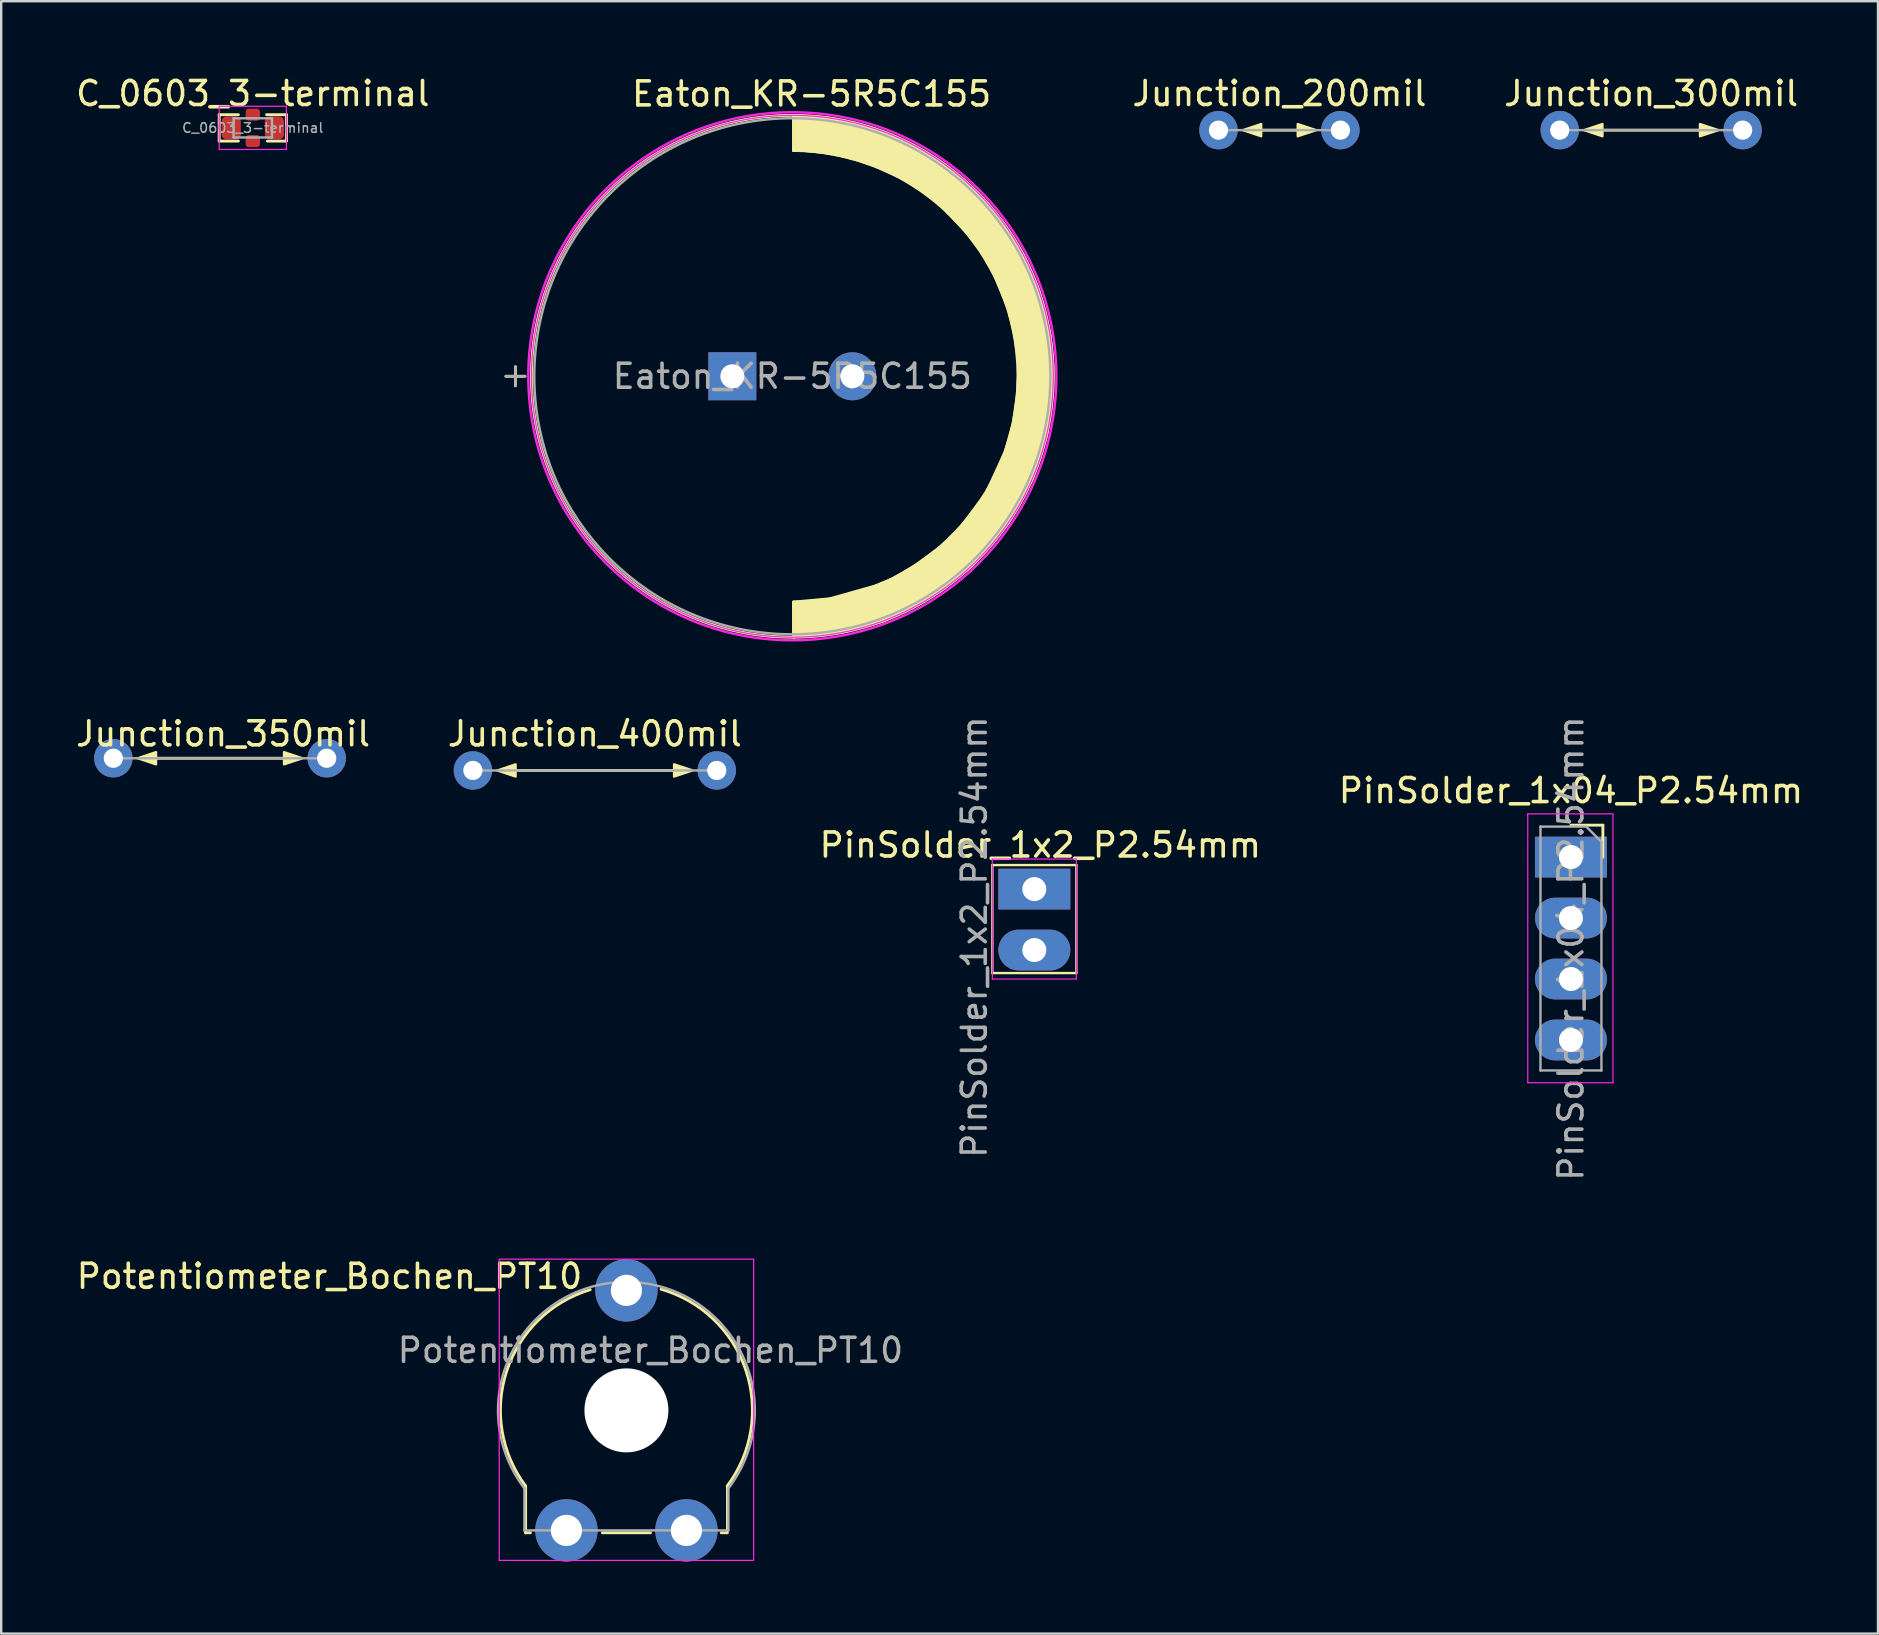
<source format=kicad_pcb>
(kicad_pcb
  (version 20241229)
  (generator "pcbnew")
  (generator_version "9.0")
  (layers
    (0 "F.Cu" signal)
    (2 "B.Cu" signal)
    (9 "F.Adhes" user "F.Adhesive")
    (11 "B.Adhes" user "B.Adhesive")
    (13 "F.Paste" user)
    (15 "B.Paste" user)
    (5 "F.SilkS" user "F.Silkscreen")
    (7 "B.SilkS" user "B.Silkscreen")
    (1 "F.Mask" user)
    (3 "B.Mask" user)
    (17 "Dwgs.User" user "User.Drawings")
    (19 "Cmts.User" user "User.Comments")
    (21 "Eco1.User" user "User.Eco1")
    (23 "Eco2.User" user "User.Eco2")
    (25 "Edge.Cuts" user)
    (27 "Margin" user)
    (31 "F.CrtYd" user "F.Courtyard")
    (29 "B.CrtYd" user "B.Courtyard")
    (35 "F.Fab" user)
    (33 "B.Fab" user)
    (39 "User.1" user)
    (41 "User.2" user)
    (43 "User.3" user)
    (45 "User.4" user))
  (footprint "Eaton_KR-5R5C155"
    (layer "F.Cu")
    (at 27.46 12.626)
    (property "Reference" "Eaton_KR-5R5C155" (at 3.302 -11.176 0) (layer "F.SilkS") (effects (font (size 1 1) (thickness 0.15)) (justify bottom)))
    (attr through_hole)
    (fp_line (start -9.436 0) (end -8.636 0) (stroke (width 0.12) (type solid)) (layer "F.SilkS"))
    (fp_line (start -9.036 -0.4) (end -9.036 0.4) (stroke (width 0.12) (type solid)) (layer "F.SilkS"))
    (fp_line (start 2.54 -9.398) (end 2.54 -10.87) (stroke (width 0.1) (type default)) (layer "F.SilkS"))
    (fp_line (start 2.54 9.398) (end 2.54 10.87) (stroke (width 0.1) (type default)) (layer "F.SilkS"))
    (fp_arc (start 2.54 -9.397999) (mid 11.898083 -0.005517) (end 2.551034 9.397945) (stroke (width 0.1) (type default)) (layer "F.SilkS"))
    (fp_circle (center 2.5 0) (end 13.37 0) (stroke (width 0.12) (type solid)) (fill no) (layer "F.SilkS"))
    (fp_poly (pts (xy 2.54 -10.87) (xy 4.07 -10.756) (xy 5.894 -10.321) (xy 7.268 -9.763) (xy 8.621 -8.969) (xy 9.651 -8.182) (xy 10.658 -7.178) (xy 11.57 -5.976) (xy 12.171 -4.989) (xy 12.772 -3.593) (xy 13.239 -1.733) (xy 13.367 -0.478) (xy 13.358 0.647) (xy 13.108 2.446) (xy 12.507 4.287) (xy 11.498 6.131) (xy 9.996 7.899) (xy 8.677 8.94) (xy 7.55 9.616) (xy 6.305 10.207) (xy 4.63 10.647) (xy 2.54 10.87) (xy 2.54 9.398) (xy 4.051 9.262) (xy 5.918 8.736) (xy 6.648 8.446) (xy 7.593 7.888) (xy 8.709 7.073) (xy 9.557 6.214) (xy 10.566 4.862) (xy 11.371 3.112) (xy 11.693 1.95) (xy 11.869 0.72) (xy 11.931 -0.397) (xy 11.771 -1.634) (xy 11.494 -2.789) (xy 10.911 -4.227) (xy 10.368 -5.181) (xy 9.757 -5.982) (xy 8.709 -7.079) (xy 7.889 -7.728) (xy 6.992 -8.276) (xy 5.942 -8.744) (xy 5.192 -9) (xy 4.505 -9.178) (xy 3.783 -9.314) (xy 3.003 -9.393) (xy 2.54 -9.398)) (stroke (width 0.1) (type solid)) (fill yes) (layer "F.SilkS"))
    (fp_circle (center 2.5 0) (end 13.37 0) (stroke (width 0.05) (type solid)) (fill no) (layer "F.CrtYd"))
    (fp_circle (center 2.5 0) (end 13.5 0) (stroke (width 0.1) (type solid)) (fill no) (layer "F.CrtYd"))
    (fp_line (start -9.436 0) (end -8.636 0) (stroke (width 0.1) (type solid)) (layer "F.Fab"))
    (fp_line (start -9.036 -0.4) (end -9.036 0.4) (stroke (width 0.1) (type solid)) (layer "F.Fab"))
    (fp_circle (center 2.5 0) (end 13.25 0) (stroke (width 0.1) (type solid)) (fill no) (layer "F.Fab"))
    (fp_text user "${REFERENCE}" (at 2.5 0 0) (layer "F.Fab") (effects (font (size 1 1) (thickness 0.15))))
    (pad "1" thru_hole rect (at 0 0) (size 2 2) (drill 1) (layers "*.Cu" "*.Mask"))
    (pad "2" thru_hole circle (at 5 0) (size 2 2) (drill 1) (layers "*.Cu" "*.Mask")))
  (footprint "Potentiometer_Bochen_PT10"
    (layer "F.Cu")
    (at 20.548 60.709)
    (property "Reference" "Potentiometer_Bochen_PT10" (at 0.75 -10 0) (unlocked yes) (layer "F.SilkS") (effects (font (size 1 1) (thickness 0.15)) (justify right bottom)))
    (attr smd)
    (fp_line (start -1.7 -1.85) (end -1.7 0.1) (stroke (width 0.12) (type default)) (layer "F.SilkS"))
    (fp_line (start -1.5 0.1) (end -1.7 0.1) (stroke (width 0.12) (type solid)) (layer "F.SilkS"))
    (fp_line (start 3.5 0.1) (end 1.5 0.1) (stroke (width 0.12) (type solid)) (layer "F.SilkS"))
    (fp_line (start 6.7 -1.85) (end 6.7 0.1) (stroke (width 0.1) (type default)) (layer "F.SilkS"))
    (fp_line (start 6.7 0.1) (end 6.45 0.1) (stroke (width 0.12) (type solid)) (layer "F.SilkS"))
    (fp_arc (start -1.699998 -1.849999) (mid -2.48691 -6.641099) (end 0.991424 -10.028587) (stroke (width 0.12) (type default)) (layer "F.SilkS"))
    (fp_arc (start 3.942286 -10.048001) (mid 7.476007 -6.673872) (end 6.7 -1.85) (stroke (width 0.12) (type default)) (layer "F.SilkS"))
    (fp_rect (start -2.8 -11.3) (end 7.8 1.25) (stroke (width 0.05) (type solid)) (fill no) (layer "F.CrtYd"))
    (fp_line (start -1.75 0) (end -1.75 -1.75) (stroke (width 0.1) (type solid)) (layer "F.Fab"))
    (fp_line (start 6.75 -1.75) (end 6.75 0) (stroke (width 0.1) (type solid)) (layer "F.Fab"))
    (fp_line (start 6.75 0) (end -1.75 0) (stroke (width 0.1) (type solid)) (layer "F.Fab"))
    (fp_arc (start -1.750002 -1.749998) (mid 2.499997 -10.350233) (end 6.75 -1.75) (stroke (width 0.1) (type default)) (layer "F.Fab"))
    (fp_circle (center 2.5 -5) (end 4 -5) (stroke (width 0.1) (type solid)) (fill no) (layer "F.Fab"))
    (fp_circle (center 2.5 -5) (end 4 -5) (stroke (width 0.1) (type solid)) (fill no) (layer "F.Fab"))
    (fp_text user "${REFERENCE}" (at 3.5 -7.5 0) (unlocked yes) (layer "F.Fab") (effects (font (size 1 1) (thickness 0.15))))
    (pad "" np_thru_hole circle (at 2.5 -5) (size 3.5 3.5) (drill 3.5) (layers "*.Cu" "*.Mask"))
    (pad "1" thru_hole circle (at 0 0) (size 2.6 2.6) (drill 1.3) (layers "*.Cu" "*.Mask"))
    (pad "2" thru_hole circle (at 2.5 -10) (size 2.6 2.6) (drill 1.3) (layers "*.Cu" "*.Mask"))
    (pad "3" thru_hole circle (at 5 0) (size 2.6 2.6) (drill 1.3) (layers "*.Cu" "*.Mask")))
  (footprint "C_0603_3-terminal"
    (layer "F.Cu")
    (at 7.482 2.278)
    (property "Reference" "C_0603_3-terminal" (at 0 -1.43 0) (layer "F.SilkS") (effects (font (size 1 1) (thickness 0.15))))
    (attr smd)
    (fp_line (start -1.4 -0.55) (end -1.4 0.55) (stroke (width 0.12) (type default)) (layer "F.SilkS"))
    (fp_line (start -1.4 -0.55) (end -0.6 -0.55) (stroke (width 0.12) (type solid)) (layer "F.SilkS"))
    (fp_line (start -1.4 0.55) (end -0.6 0.55) (stroke (width 0.12) (type solid)) (layer "F.SilkS"))
    (fp_line (start 0.575 -0.55) (end 1.4 -0.55) (stroke (width 0.12) (type solid)) (layer "F.SilkS"))
    (fp_line (start 0.609 0.55) (end 1.4 0.55) (stroke (width 0.12) (type solid)) (layer "F.SilkS"))
    (fp_line (start 1.4 -0.55) (end 1.4 0.55) (stroke (width 0.12) (type default)) (layer "F.SilkS"))
    (fp_line (start -1.4 -0.9) (end 1.4 -0.9) (stroke (width 0.05) (type solid)) (layer "F.CrtYd"))
    (fp_line (start -1.4 0.9) (end -1.4 -0.9) (stroke (width 0.05) (type solid)) (layer "F.CrtYd"))
    (fp_line (start 1.4 -0.9) (end 1.4 0.9) (stroke (width 0.05) (type solid)) (layer "F.CrtYd"))
    (fp_line (start 1.4 0.9) (end -1.4 0.9) (stroke (width 0.05) (type solid)) (layer "F.CrtYd"))
    (fp_line (start -0.8 -0.4) (end 0.8 -0.4) (stroke (width 0.1) (type solid)) (layer "F.Fab"))
    (fp_line (start -0.8 0.4) (end -0.8 -0.4) (stroke (width 0.1) (type solid)) (layer "F.Fab"))
    (fp_line (start 0.8 -0.4) (end 0.8 0.4) (stroke (width 0.1) (type solid)) (layer "F.Fab"))
    (fp_line (start 0.8 0.4) (end -0.8 0.4) (stroke (width 0.1) (type solid)) (layer "F.Fab"))
    (fp_text user "${REFERENCE}" (at 0 0 0) (layer "F.Fab") (effects (font (size 0.4 0.4) (thickness 0.06))))
    (pad "1" smd roundrect (at -0.9 0) (size 0.8 0.95) (layers "F.Cu" "F.Mask" "F.Paste") (roundrect_rratio 0.25))
    (pad "2" smd roundrect (at 0 -0.55) (size 0.6 0.5) (layers "F.Cu" "F.Mask" "F.Paste") (roundrect_rratio 0.25))
    (pad "2" smd roundrect (at 0 0.55) (size 0.6 0.5) (layers "F.Cu" "F.Mask" "F.Paste") (roundrect_rratio 0.25))
    (pad "3" smd roundrect (at 0.9 0) (size 0.8 0.95) (layers "F.Cu" "F.Mask" "F.Paste") (roundrect_rratio 0.25)))
  (footprint "Junction_350mil"
    (layer "F.Cu")
    (at 1.672 28.54)
    (property "Reference" "Junction_350mil" (at 4.572 -1.016 0) (layer "F.SilkS") (effects (font (size 1 1) (thickness 0.15))))
    (attr through_hole board_only)
    (fp_line (start 1.778 0) (end 7.112 0) (stroke (width 0.12) (type solid)) (layer "F.SilkS"))
    (fp_poly (pts (xy 1.016 0) (xy 1.778 -0.254) (xy 1.778 0.254)) (stroke (width 0.1) (type solid)) (fill yes) (layer "F.SilkS"))
    (fp_poly (pts (xy 7.874 0) (xy 7.112 -0.254) (xy 7.112 0.254)) (stroke (width 0.1) (type default)) (fill yes) (layer "F.SilkS"))
    (fp_line (start 0 0) (end 8.89 0) (stroke (width 0.1) (type solid)) (layer "F.Fab"))
    (pad "1" thru_hole circle (at 0 0) (size 1.6 1.6) (drill 0.8) (layers "*.Cu" "*.Mask"))
    (pad "2" thru_hole circle (at 8.89 0) (size 1.6 1.6) (drill 0.8) (layers "*.Cu" "*.Mask")))
  (footprint "PinSolder_1x04_P2.54mm"
    (layer "F.Cu")
    (at 62.399 32.658)
    (property "Reference" "PinSolder_1x04_P2.54mm" (at 0 -2.77 0) (layer "F.SilkS") (effects (font (size 1 1) (thickness 0.15))))
    (attr through_hole)
    (fp_line (start 0 -1.33) (end 1.33 -1.33) (stroke (width 0.12) (type solid)) (layer "F.SilkS"))
    (fp_line (start 1.33 -1.33) (end 1.33 0) (stroke (width 0.12) (type solid)) (layer "F.SilkS"))
    (fp_line (start -1.8 -1.8) (end 1.75 -1.8) (stroke (width 0.05) (type solid)) (layer "F.CrtYd"))
    (fp_line (start -1.8 9.4) (end -1.8 -1.8) (stroke (width 0.05) (type solid)) (layer "F.CrtYd"))
    (fp_line (start 1.75 -1.8) (end 1.75 9.4) (stroke (width 0.05) (type solid)) (layer "F.CrtYd"))
    (fp_line (start 1.75 9.4) (end -1.8 9.4) (stroke (width 0.05) (type solid)) (layer "F.CrtYd"))
    (fp_line (start -1.27 -1.27) (end 0.635 -1.27) (stroke (width 0.1) (type solid)) (layer "F.Fab"))
    (fp_line (start -1.27 8.89) (end -1.27 -1.27) (stroke (width 0.1) (type solid)) (layer "F.Fab"))
    (fp_line (start 0.635 -1.27) (end 1.27 -0.635) (stroke (width 0.1) (type solid)) (layer "F.Fab"))
    (fp_line (start 1.27 -0.635) (end 1.27 8.89) (stroke (width 0.1) (type solid)) (layer "F.Fab"))
    (fp_line (start 1.27 8.89) (end -1.27 8.89) (stroke (width 0.1) (type solid)) (layer "F.Fab"))
    (fp_text user "${REFERENCE}" (at 0 3.81 90) (layer "F.Fab") (effects (font (size 1 1) (thickness 0.15))))
    (pad "1" thru_hole rect (at 0 0) (size 3 1.7) (drill 1) (layers "*.Cu" "*.Mask"))
    (pad "2" thru_hole oval (at 0 2.54) (size 3 1.7) (drill 1) (layers "*.Cu" "*.Mask"))
    (pad "3" thru_hole oval (at 0 5.08) (size 3 1.7) (drill 1) (layers "*.Cu" "*.Mask"))
    (pad "4" thru_hole oval (at 0 7.62) (size 3 1.7) (drill 1) (layers "*.Cu" "*.Mask")))
  (footprint "PinSolder_1x2_P2.54mm"
    (layer "F.Cu")
    (at 40.042 33.991)
    (property "Reference" "PinSolder_1x2_P2.54mm" (at 0.25 -1.25 0) (layer "F.SilkS") (effects (font (size 1 1) (thickness 0.15)) (justify bottom)))
    (attr through_hole exclude_from_bom)
    (fp_line (start -1.75 -1) (end -1.75 3.5) (stroke (width 0.1) (type default)) (layer "F.SilkS"))
    (fp_line (start -1.75 3.5) (end 1.75 3.5) (stroke (width 0.1) (type default)) (layer "F.SilkS"))
    (fp_line (start 1.75 -1) (end -1.75 -1) (stroke (width 0.1) (type default)) (layer "F.SilkS"))
    (fp_line (start 1.75 3.5) (end 1.75 -1) (stroke (width 0.1) (type default)) (layer "F.SilkS"))
    (fp_line (start -1.75 -1.25) (end 1.75 -1.25) (stroke (width 0.05) (type solid)) (layer "F.CrtYd"))
    (fp_line (start -1.75 3.75) (end -1.75 -1.25) (stroke (width 0.05) (type solid)) (layer "F.CrtYd"))
    (fp_line (start 1.75 -1.25) (end 1.75 3.75) (stroke (width 0.05) (type solid)) (layer "F.CrtYd"))
    (fp_line (start 1.75 3.75) (end -1.75 3.75) (stroke (width 0.05) (type solid)) (layer "F.CrtYd"))
    (fp_text user "${REFERENCE}" (at -2.5 2 270) (layer "F.Fab") (effects (font (size 1 1) (thickness 0.15))))
    (pad "1" thru_hole rect (at 0 0) (size 3 1.7) (drill 1) (layers "*.Cu" "*.Mask"))
    (pad "2" thru_hole oval (at 0 2.54) (size 3 1.7) (drill 1) (layers "*.Cu" "*.Mask")))
  (footprint "Junction_300mil"
    (layer "F.Cu")
    (at 61.932 2.372)
    (property "Reference" "Junction_300mil" (at 3.81 -1.524 0) (layer "F.SilkS") (effects (font (size 1 1) (thickness 0.15))))
    (attr through_hole board_only)
    (fp_line (start 1.778 0) (end 5.842 0) (stroke (width 0.12) (type solid)) (layer "F.SilkS"))
    (fp_poly (pts (xy 1.016 0) (xy 1.778 -0.254) (xy 1.778 0.254)) (stroke (width 0.1) (type solid)) (fill yes) (layer "F.SilkS"))
    (fp_poly (pts (xy 6.604 0) (xy 5.842 -0.254) (xy 5.842 0.254)) (stroke (width 0.1) (type default)) (fill yes) (layer "F.SilkS"))
    (fp_line (start 0 0) (end 7.62 0) (stroke (width 0.1) (type solid)) (layer "F.Fab"))
    (pad "1" thru_hole circle (at 0 0) (size 1.6 1.6) (drill 0.8) (layers "*.Cu" "*.Mask"))
    (pad "2" thru_hole circle (at 7.62 0) (size 1.6 1.6) (drill 0.8) (layers "*.Cu" "*.Mask")))
  (footprint "Junction_200mil"
    (layer "F.Cu")
    (at 47.714 2.372)
    (property "Reference" "Junction_200mil" (at 2.54 -1.524 0) (layer "F.SilkS") (effects (font (size 1 1) (thickness 0.15))))
    (attr through_hole board_only)
    (fp_line (start 1.778 0) (end 3.302 0) (stroke (width 0.12) (type solid)) (layer "F.SilkS"))
    (fp_poly (pts (xy 1.016 0) (xy 1.778 -0.254) (xy 1.778 0.254)) (stroke (width 0.1) (type solid)) (fill yes) (layer "F.SilkS"))
    (fp_poly (pts (xy 4.064 0) (xy 3.302 -0.254) (xy 3.302 0.254)) (stroke (width 0.1) (type default)) (fill yes) (layer "F.SilkS"))
    (fp_line (start 0 0) (end 5.08 0) (stroke (width 0.1) (type solid)) (layer "F.Fab"))
    (pad "1" thru_hole circle (at 0 0) (size 1.6 1.6) (drill 0.8) (layers "*.Cu" "*.Mask"))
    (pad "2" thru_hole circle (at 5.08 0) (size 1.6 1.6) (drill 0.8) (layers "*.Cu" "*.Mask")))
  (footprint "Junction_400mil"
    (layer "F.Cu")
    (at 16.652 29.048)
    (property "Reference" "Junction_400mil" (at 5.08 -1.524 0) (layer "F.SilkS") (effects (font (size 1 1) (thickness 0.15))))
    (attr through_hole board_only)
    (fp_line (start 1.778 0) (end 8.382 0) (stroke (width 0.12) (type solid)) (layer "F.SilkS"))
    (fp_poly (pts (xy 1.016 0) (xy 1.778 -0.254) (xy 1.778 0.254)) (stroke (width 0.1) (type solid)) (fill yes) (layer "F.SilkS"))
    (fp_poly (pts (xy 9.144 0) (xy 8.382 -0.254) (xy 8.382 0.254)) (stroke (width 0.1) (type default)) (fill yes) (layer "F.SilkS"))
    (fp_line (start 10.16 0) (end 0 0) (stroke (width 0.1) (type solid)) (layer "F.Fab"))
    (pad "1" thru_hole circle (at 0 0) (size 1.6 1.6) (drill 0.8) (layers "*.Cu" "*.Mask"))
    (pad "2" thru_hole circle (at 10.16 0) (size 1.6 1.6) (drill 0.8) (layers "*.Cu" "*.Mask")))
  (gr_rect
    (start -3 -3)
    (end 75.19 65.009)
    (stroke (width 0.1) (type default))
    (fill no)
    (layer "Edge.Cuts")))
</source>
